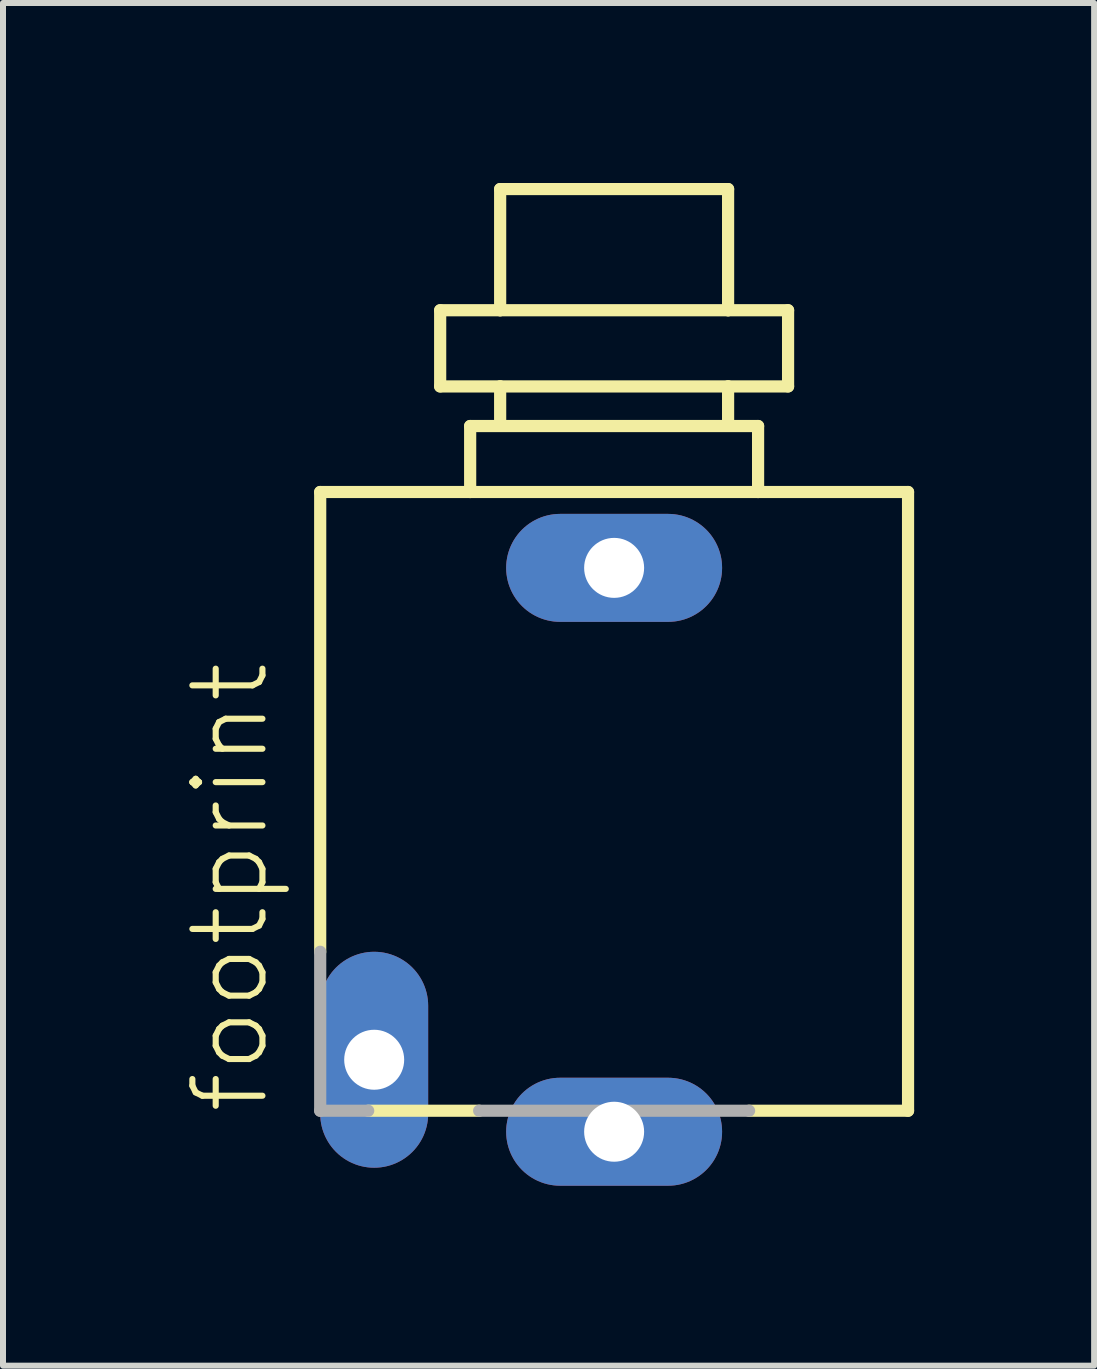
<source format=kicad_pcb>
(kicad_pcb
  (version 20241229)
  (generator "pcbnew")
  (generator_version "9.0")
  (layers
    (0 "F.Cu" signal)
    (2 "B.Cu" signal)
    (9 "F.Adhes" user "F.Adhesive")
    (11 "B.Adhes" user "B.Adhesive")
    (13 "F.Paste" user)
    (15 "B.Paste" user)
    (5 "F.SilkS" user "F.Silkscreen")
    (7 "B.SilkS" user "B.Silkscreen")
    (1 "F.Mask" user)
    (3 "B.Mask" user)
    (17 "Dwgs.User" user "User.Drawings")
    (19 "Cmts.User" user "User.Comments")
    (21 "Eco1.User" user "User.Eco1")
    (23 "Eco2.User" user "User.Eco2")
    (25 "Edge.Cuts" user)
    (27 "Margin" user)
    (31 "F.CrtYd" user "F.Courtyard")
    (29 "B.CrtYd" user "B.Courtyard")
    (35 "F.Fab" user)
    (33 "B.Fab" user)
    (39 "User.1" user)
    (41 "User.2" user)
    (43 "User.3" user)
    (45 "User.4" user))
  (footprint "footprint"
    (layer "F.Cu")
    (at 7.188 11.117)
    (property "Reference" "footprint" (at -5.715 4.445 90) (layer "F.SilkS") (effects (font (size 1.168 1.168) (thickness 0.102)) (justify left bottom)))
    (fp_line (start -4.9 -5.965) (end -2.4 -5.965) (stroke (width 0.203) (type solid)) (layer "F.SilkS"))
    (fp_line (start -4.9 1.7) (end -4.9 -5.965) (stroke (width 0.203) (type solid)) (layer "F.SilkS"))
    (fp_line (start -2.9 -8.995) (end -1.9 -8.995) (stroke (width 0.203) (type solid)) (layer "F.SilkS"))
    (fp_line (start -2.9 -7.725) (end -2.9 -8.995) (stroke (width 0.203) (type solid)) (layer "F.SilkS"))
    (fp_line (start -2.9 -7.725) (end -1.9 -7.725) (stroke (width 0.203) (type solid)) (layer "F.SilkS"))
    (fp_line (start -2.4 -7.065) (end 2.4 -7.065) (stroke (width 0.203) (type solid)) (layer "F.SilkS"))
    (fp_line (start -2.4 -5.965) (end -2.4 -7.065) (stroke (width 0.203) (type solid)) (layer "F.SilkS"))
    (fp_line (start -2.4 -5.965) (end 2.4 -5.965) (stroke (width 0.203) (type solid)) (layer "F.SilkS"))
    (fp_line (start -2.25 4.35) (end -4.1 4.35) (stroke (width 0.203) (type solid)) (layer "F.SilkS"))
    (fp_line (start -1.9 -11.015) (end 1.9 -11.015) (stroke (width 0.203) (type solid)) (layer "F.SilkS"))
    (fp_line (start -1.9 -8.995) (end -1.9 -11.015) (stroke (width 0.203) (type solid)) (layer "F.SilkS"))
    (fp_line (start -1.9 -8.995) (end 1.9 -8.995) (stroke (width 0.203) (type solid)) (layer "F.SilkS"))
    (fp_line (start -1.9 -7.725) (end 1.9 -7.725) (stroke (width 0.203) (type solid)) (layer "F.SilkS"))
    (fp_line (start -1.9 -7.165) (end -1.9 -7.725) (stroke (width 0.203) (type solid)) (layer "F.SilkS"))
    (fp_line (start 1.9 -11.015) (end 1.9 -8.995) (stroke (width 0.203) (type solid)) (layer "F.SilkS"))
    (fp_line (start 1.9 -8.995) (end 2.9 -8.995) (stroke (width 0.203) (type solid)) (layer "F.SilkS"))
    (fp_line (start 1.9 -7.725) (end 1.9 -7.165) (stroke (width 0.203) (type solid)) (layer "F.SilkS"))
    (fp_line (start 1.9 -7.725) (end 2.9 -7.725) (stroke (width 0.203) (type solid)) (layer "F.SilkS"))
    (fp_line (start 2.4 -7.065) (end 2.4 -5.965) (stroke (width 0.203) (type solid)) (layer "F.SilkS"))
    (fp_line (start 2.4 -5.965) (end 4.9 -5.965) (stroke (width 0.203) (type solid)) (layer "F.SilkS"))
    (fp_line (start 2.9 -8.995) (end 2.9 -7.725) (stroke (width 0.203) (type solid)) (layer "F.SilkS"))
    (fp_line (start 4.9 -5.965) (end 4.9 4.35) (stroke (width 0.203) (type solid)) (layer "F.SilkS"))
    (fp_line (start 4.9 4.35) (end 2.25 4.35) (stroke (width 0.203) (type solid)) (layer "F.SilkS"))
    (fp_line (start -4.9 4.35) (end -4.9 1.7) (stroke (width 0.203) (type solid)) (layer "F.Fab"))
    (fp_line (start -4.1 4.35) (end -4.9 4.35) (stroke (width 0.203) (type solid)) (layer "F.Fab"))
    (fp_line (start 2.25 4.35) (end -2.25 4.35) (stroke (width 0.203) (type solid)) (layer "F.Fab"))
    (pad "3" thru_hole oval (at 0 4.7) (size 3.6 1.8) (drill 1) (layers "*.Cu" "*.Mask"))
    (pad "4" thru_hole oval (at -4 3.5 90) (size 3.6 1.8) (drill 1) (layers "*.Cu" "*.Mask"))
    (pad "5" thru_hole oval (at 0 -4.7) (size 3.6 1.8) (drill 1) (layers "*.Cu" "*.Mask")))
  (gr_rect
    (start -3 -3)
    (end 15.19 19.717)
    (stroke (width 0.1) (type default))
    (fill no)
    (layer "Edge.Cuts")))
</source>
